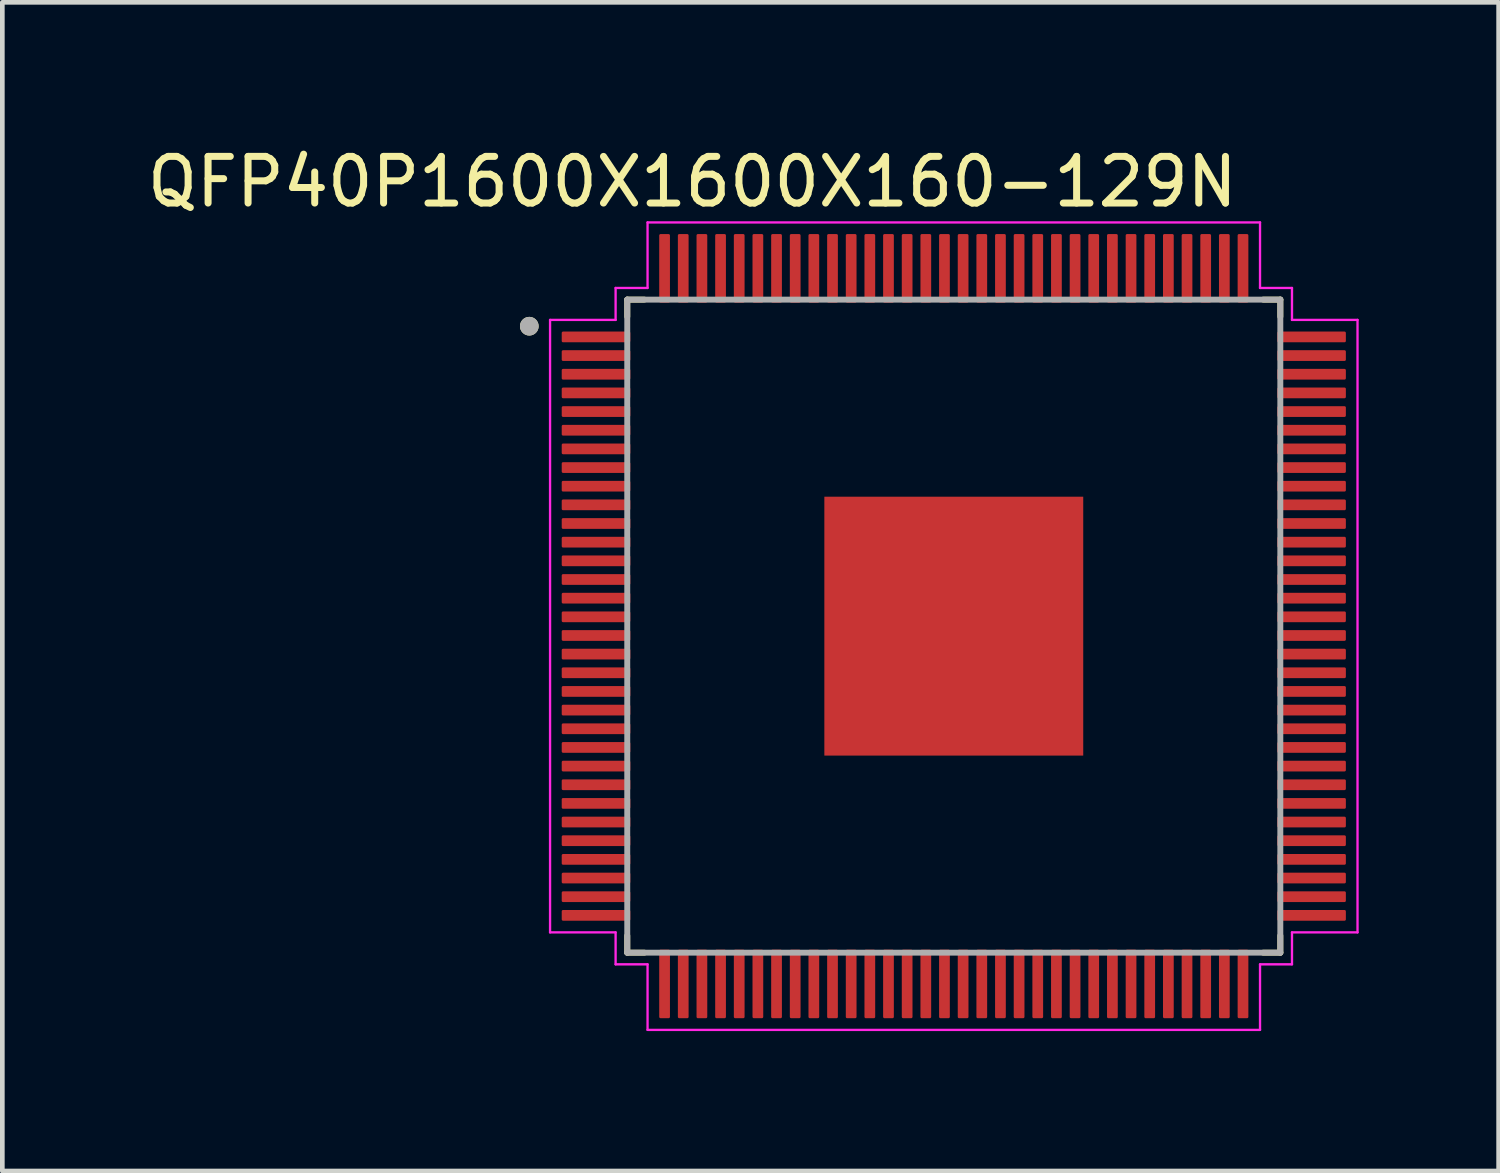
<source format=kicad_pcb>
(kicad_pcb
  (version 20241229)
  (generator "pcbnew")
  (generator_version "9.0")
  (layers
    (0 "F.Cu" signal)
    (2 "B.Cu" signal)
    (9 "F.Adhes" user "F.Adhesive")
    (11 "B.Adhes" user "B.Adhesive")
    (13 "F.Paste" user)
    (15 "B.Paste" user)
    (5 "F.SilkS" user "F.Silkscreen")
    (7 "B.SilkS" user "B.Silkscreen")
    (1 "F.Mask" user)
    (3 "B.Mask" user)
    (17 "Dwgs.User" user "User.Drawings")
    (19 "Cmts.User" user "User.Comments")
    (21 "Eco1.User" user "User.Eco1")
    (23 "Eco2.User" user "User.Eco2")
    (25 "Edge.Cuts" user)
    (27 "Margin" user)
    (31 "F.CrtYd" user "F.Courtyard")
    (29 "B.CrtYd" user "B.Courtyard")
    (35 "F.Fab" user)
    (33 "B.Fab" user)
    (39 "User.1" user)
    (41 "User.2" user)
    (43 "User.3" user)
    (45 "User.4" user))
  (footprint "QFP40P1600X1600X160-129N"
    (layer "F.Cu")
    (at 17.397 10.373)
    (property "Reference" "QFP40P1600X1600X160-129N" (at -5.605 -9.525 0) (layer "F.SilkS") (effects (font (size 1 1) (thickness 0.15))))
    (attr smd)
    (fp_line (start -7 -7) (end -7 -6.635) (stroke (width 0.127) (type solid)) (layer "F.SilkS"))
    (fp_line (start -7 -7) (end -6.635 -7) (stroke (width 0.127) (type solid)) (layer "F.SilkS"))
    (fp_line (start -7 7) (end -7 6.635) (stroke (width 0.127) (type solid)) (layer "F.SilkS"))
    (fp_line (start -7 7) (end -6.635 7) (stroke (width 0.127) (type solid)) (layer "F.SilkS"))
    (fp_line (start 7 -7) (end 6.635 -7) (stroke (width 0.127) (type solid)) (layer "F.SilkS"))
    (fp_line (start 7 -7) (end 7 -6.635) (stroke (width 0.127) (type solid)) (layer "F.SilkS"))
    (fp_line (start 7 7) (end 6.635 7) (stroke (width 0.127) (type solid)) (layer "F.SilkS"))
    (fp_line (start 7 7) (end 7 6.635) (stroke (width 0.127) (type solid)) (layer "F.SilkS"))
    (fp_circle (center -9.1 -6.43) (end -9 -6.43) (stroke (width 0.2) (type solid)) (fill no) (layer "F.SilkS"))
    (fp_poly (pts (xy -2.505 -2.505) (xy -1.195 -2.505) (xy -1.195 -1.195) (xy -2.505 -1.195)) (stroke (width 0.01) (type solid)) (fill yes) (layer "F.Paste"))
    (fp_poly (pts (xy -2.505 -0.655) (xy -1.195 -0.655) (xy -1.195 0.655) (xy -2.505 0.655)) (stroke (width 0.01) (type solid)) (fill yes) (layer "F.Paste"))
    (fp_poly (pts (xy -2.505 1.195) (xy -1.195 1.195) (xy -1.195 2.505) (xy -2.505 2.505)) (stroke (width 0.01) (type solid)) (fill yes) (layer "F.Paste"))
    (fp_poly (pts (xy -0.655 -2.505) (xy 0.655 -2.505) (xy 0.655 -1.195) (xy -0.655 -1.195)) (stroke (width 0.01) (type solid)) (fill yes) (layer "F.Paste"))
    (fp_poly (pts (xy -0.655 -0.655) (xy 0.655 -0.655) (xy 0.655 0.655) (xy -0.655 0.655)) (stroke (width 0.01) (type solid)) (fill yes) (layer "F.Paste"))
    (fp_poly (pts (xy -0.655 1.195) (xy 0.655 1.195) (xy 0.655 2.505) (xy -0.655 2.505)) (stroke (width 0.01) (type solid)) (fill yes) (layer "F.Paste"))
    (fp_poly (pts (xy 1.195 -2.505) (xy 2.505 -2.505) (xy 2.505 -1.195) (xy 1.195 -1.195)) (stroke (width 0.01) (type solid)) (fill yes) (layer "F.Paste"))
    (fp_poly (pts (xy 1.195 -0.655) (xy 2.505 -0.655) (xy 2.505 0.655) (xy 1.195 0.655)) (stroke (width 0.01) (type solid)) (fill yes) (layer "F.Paste"))
    (fp_poly (pts (xy 1.195 1.195) (xy 2.505 1.195) (xy 2.505 2.505) (xy 1.195 2.505)) (stroke (width 0.01) (type solid)) (fill yes) (layer "F.Paste"))
    (fp_line (start -8.655 -6.565) (end -7.25 -6.565) (stroke (width 0.05) (type solid)) (layer "F.CrtYd"))
    (fp_line (start -8.655 6.565) (end -8.655 -6.565) (stroke (width 0.05) (type solid)) (layer "F.CrtYd"))
    (fp_line (start -8.655 6.565) (end -7.25 6.565) (stroke (width 0.05) (type solid)) (layer "F.CrtYd"))
    (fp_line (start -7.25 -7.25) (end -7.25 -6.565) (stroke (width 0.05) (type solid)) (layer "F.CrtYd"))
    (fp_line (start -7.25 6.565) (end -7.25 7.25) (stroke (width 0.05) (type solid)) (layer "F.CrtYd"))
    (fp_line (start -6.565 -8.655) (end -6.565 -7.25) (stroke (width 0.05) (type solid)) (layer "F.CrtYd"))
    (fp_line (start -6.565 -8.655) (end 6.565 -8.655) (stroke (width 0.05) (type solid)) (layer "F.CrtYd"))
    (fp_line (start -6.565 -7.25) (end -7.25 -7.25) (stroke (width 0.05) (type solid)) (layer "F.CrtYd"))
    (fp_line (start -6.565 7.25) (end -7.25 7.25) (stroke (width 0.05) (type solid)) (layer "F.CrtYd"))
    (fp_line (start -6.565 8.655) (end -6.565 7.25) (stroke (width 0.05) (type solid)) (layer "F.CrtYd"))
    (fp_line (start 6.565 -8.655) (end 6.565 -7.25) (stroke (width 0.05) (type solid)) (layer "F.CrtYd"))
    (fp_line (start 6.565 -7.25) (end 7.25 -7.25) (stroke (width 0.05) (type solid)) (layer "F.CrtYd"))
    (fp_line (start 6.565 7.25) (end 7.25 7.25) (stroke (width 0.05) (type solid)) (layer "F.CrtYd"))
    (fp_line (start 6.565 8.655) (end -6.565 8.655) (stroke (width 0.05) (type solid)) (layer "F.CrtYd"))
    (fp_line (start 6.565 8.655) (end 6.565 7.25) (stroke (width 0.05) (type solid)) (layer "F.CrtYd"))
    (fp_line (start 7.25 -6.565) (end 7.25 -7.25) (stroke (width 0.05) (type solid)) (layer "F.CrtYd"))
    (fp_line (start 7.25 6.565) (end 7.25 7.25) (stroke (width 0.05) (type solid)) (layer "F.CrtYd"))
    (fp_line (start 8.655 -6.565) (end 7.25 -6.565) (stroke (width 0.05) (type solid)) (layer "F.CrtYd"))
    (fp_line (start 8.655 -6.565) (end 8.655 6.565) (stroke (width 0.05) (type solid)) (layer "F.CrtYd"))
    (fp_line (start 8.655 6.565) (end 7.25 6.565) (stroke (width 0.05) (type solid)) (layer "F.CrtYd"))
    (fp_line (start -7 7) (end -7 -7) (stroke (width 0.127) (type solid)) (layer "F.Fab"))
    (fp_line (start 7 -7) (end -7 -7) (stroke (width 0.127) (type solid)) (layer "F.Fab"))
    (fp_line (start 7 7) (end -7 7) (stroke (width 0.127) (type solid)) (layer "F.Fab"))
    (fp_line (start 7 7) (end 7 -7) (stroke (width 0.127) (type solid)) (layer "F.Fab"))
    (fp_circle (center -9.1 -6.43) (end -9 -6.43) (stroke (width 0.2) (type solid)) (fill no) (layer "F.Fab"))
    (pad "1" smd roundrect (at -7.67 -6.2) (size 1.47 0.23) (layers "F.Cu" "F.Mask" "F.Paste") (roundrect_rratio 0.125))
    (pad "2" smd roundrect (at -7.67 -5.8) (size 1.47 0.23) (layers "F.Cu" "F.Mask" "F.Paste") (roundrect_rratio 0.125))
    (pad "3" smd roundrect (at -7.67 -5.4) (size 1.47 0.23) (layers "F.Cu" "F.Mask" "F.Paste") (roundrect_rratio 0.125))
    (pad "4" smd roundrect (at -7.67 -5) (size 1.47 0.23) (layers "F.Cu" "F.Mask" "F.Paste") (roundrect_rratio 0.125))
    (pad "5" smd roundrect (at -7.67 -4.6) (size 1.47 0.23) (layers "F.Cu" "F.Mask" "F.Paste") (roundrect_rratio 0.125))
    (pad "6" smd roundrect (at -7.67 -4.2) (size 1.47 0.23) (layers "F.Cu" "F.Mask" "F.Paste") (roundrect_rratio 0.125))
    (pad "7" smd roundrect (at -7.67 -3.8) (size 1.47 0.23) (layers "F.Cu" "F.Mask" "F.Paste") (roundrect_rratio 0.125))
    (pad "8" smd roundrect (at -7.67 -3.4) (size 1.47 0.23) (layers "F.Cu" "F.Mask" "F.Paste") (roundrect_rratio 0.125))
    (pad "9" smd roundrect (at -7.67 -3) (size 1.47 0.23) (layers "F.Cu" "F.Mask" "F.Paste") (roundrect_rratio 0.125))
    (pad "10" smd roundrect (at -7.67 -2.6) (size 1.47 0.23) (layers "F.Cu" "F.Mask" "F.Paste") (roundrect_rratio 0.125))
    (pad "11" smd roundrect (at -7.67 -2.2) (size 1.47 0.23) (layers "F.Cu" "F.Mask" "F.Paste") (roundrect_rratio 0.125))
    (pad "12" smd roundrect (at -7.67 -1.8) (size 1.47 0.23) (layers "F.Cu" "F.Mask" "F.Paste") (roundrect_rratio 0.125))
    (pad "13" smd roundrect (at -7.67 -1.4) (size 1.47 0.23) (layers "F.Cu" "F.Mask" "F.Paste") (roundrect_rratio 0.125))
    (pad "14" smd roundrect (at -7.67 -1) (size 1.47 0.23) (layers "F.Cu" "F.Mask" "F.Paste") (roundrect_rratio 0.125))
    (pad "15" smd roundrect (at -7.67 -0.6) (size 1.47 0.23) (layers "F.Cu" "F.Mask" "F.Paste") (roundrect_rratio 0.125))
    (pad "16" smd roundrect (at -7.67 -0.2) (size 1.47 0.23) (layers "F.Cu" "F.Mask" "F.Paste") (roundrect_rratio 0.125))
    (pad "17" smd roundrect (at -7.67 0.2) (size 1.47 0.23) (layers "F.Cu" "F.Mask" "F.Paste") (roundrect_rratio 0.125))
    (pad "18" smd roundrect (at -7.67 0.6) (size 1.47 0.23) (layers "F.Cu" "F.Mask" "F.Paste") (roundrect_rratio 0.125))
    (pad "19" smd roundrect (at -7.67 1) (size 1.47 0.23) (layers "F.Cu" "F.Mask" "F.Paste") (roundrect_rratio 0.125))
    (pad "20" smd roundrect (at -7.67 1.4) (size 1.47 0.23) (layers "F.Cu" "F.Mask" "F.Paste") (roundrect_rratio 0.125))
    (pad "21" smd roundrect (at -7.67 1.8) (size 1.47 0.23) (layers "F.Cu" "F.Mask" "F.Paste") (roundrect_rratio 0.125))
    (pad "22" smd roundrect (at -7.67 2.2) (size 1.47 0.23) (layers "F.Cu" "F.Mask" "F.Paste") (roundrect_rratio 0.125))
    (pad "23" smd roundrect (at -7.67 2.6) (size 1.47 0.23) (layers "F.Cu" "F.Mask" "F.Paste") (roundrect_rratio 0.125))
    (pad "24" smd roundrect (at -7.67 3) (size 1.47 0.23) (layers "F.Cu" "F.Mask" "F.Paste") (roundrect_rratio 0.125))
    (pad "25" smd roundrect (at -7.67 3.4) (size 1.47 0.23) (layers "F.Cu" "F.Mask" "F.Paste") (roundrect_rratio 0.125))
    (pad "26" smd roundrect (at -7.67 3.8) (size 1.47 0.23) (layers "F.Cu" "F.Mask" "F.Paste") (roundrect_rratio 0.125))
    (pad "27" smd roundrect (at -7.67 4.2) (size 1.47 0.23) (layers "F.Cu" "F.Mask" "F.Paste") (roundrect_rratio 0.125))
    (pad "28" smd roundrect (at -7.67 4.6) (size 1.47 0.23) (layers "F.Cu" "F.Mask" "F.Paste") (roundrect_rratio 0.125))
    (pad "29" smd roundrect (at -7.67 5) (size 1.47 0.23) (layers "F.Cu" "F.Mask" "F.Paste") (roundrect_rratio 0.125))
    (pad "30" smd roundrect (at -7.67 5.4) (size 1.47 0.23) (layers "F.Cu" "F.Mask" "F.Paste") (roundrect_rratio 0.125))
    (pad "31" smd roundrect (at -7.67 5.8) (size 1.47 0.23) (layers "F.Cu" "F.Mask" "F.Paste") (roundrect_rratio 0.125))
    (pad "32" smd roundrect (at -7.67 6.2) (size 1.47 0.23) (layers "F.Cu" "F.Mask" "F.Paste") (roundrect_rratio 0.125))
    (pad "33" smd roundrect (at -6.2 7.67) (size 0.23 1.47) (layers "F.Cu" "F.Mask" "F.Paste") (roundrect_rratio 0.125))
    (pad "34" smd roundrect (at -5.8 7.67) (size 0.23 1.47) (layers "F.Cu" "F.Mask" "F.Paste") (roundrect_rratio 0.125))
    (pad "35" smd roundrect (at -5.4 7.67) (size 0.23 1.47) (layers "F.Cu" "F.Mask" "F.Paste") (roundrect_rratio 0.125))
    (pad "36" smd roundrect (at -5 7.67) (size 0.23 1.47) (layers "F.Cu" "F.Mask" "F.Paste") (roundrect_rratio 0.125))
    (pad "37" smd roundrect (at -4.6 7.67) (size 0.23 1.47) (layers "F.Cu" "F.Mask" "F.Paste") (roundrect_rratio 0.125))
    (pad "38" smd roundrect (at -4.2 7.67) (size 0.23 1.47) (layers "F.Cu" "F.Mask" "F.Paste") (roundrect_rratio 0.125))
    (pad "39" smd roundrect (at -3.8 7.67) (size 0.23 1.47) (layers "F.Cu" "F.Mask" "F.Paste") (roundrect_rratio 0.125))
    (pad "40" smd roundrect (at -3.4 7.67) (size 0.23 1.47) (layers "F.Cu" "F.Mask" "F.Paste") (roundrect_rratio 0.125))
    (pad "41" smd roundrect (at -3 7.67) (size 0.23 1.47) (layers "F.Cu" "F.Mask" "F.Paste") (roundrect_rratio 0.125))
    (pad "42" smd roundrect (at -2.6 7.67) (size 0.23 1.47) (layers "F.Cu" "F.Mask" "F.Paste") (roundrect_rratio 0.125))
    (pad "43" smd roundrect (at -2.2 7.67) (size 0.23 1.47) (layers "F.Cu" "F.Mask" "F.Paste") (roundrect_rratio 0.125))
    (pad "44" smd roundrect (at -1.8 7.67) (size 0.23 1.47) (layers "F.Cu" "F.Mask" "F.Paste") (roundrect_rratio 0.125))
    (pad "45" smd roundrect (at -1.4 7.67) (size 0.23 1.47) (layers "F.Cu" "F.Mask" "F.Paste") (roundrect_rratio 0.125))
    (pad "46" smd roundrect (at -1 7.67) (size 0.23 1.47) (layers "F.Cu" "F.Mask" "F.Paste") (roundrect_rratio 0.125))
    (pad "47" smd roundrect (at -0.6 7.67) (size 0.23 1.47) (layers "F.Cu" "F.Mask" "F.Paste") (roundrect_rratio 0.125))
    (pad "48" smd roundrect (at -0.2 7.67) (size 0.23 1.47) (layers "F.Cu" "F.Mask" "F.Paste") (roundrect_rratio 0.125))
    (pad "49" smd roundrect (at 0.2 7.67) (size 0.23 1.47) (layers "F.Cu" "F.Mask" "F.Paste") (roundrect_rratio 0.125))
    (pad "50" smd roundrect (at 0.6 7.67) (size 0.23 1.47) (layers "F.Cu" "F.Mask" "F.Paste") (roundrect_rratio 0.125))
    (pad "51" smd roundrect (at 1 7.67) (size 0.23 1.47) (layers "F.Cu" "F.Mask" "F.Paste") (roundrect_rratio 0.125))
    (pad "52" smd roundrect (at 1.4 7.67) (size 0.23 1.47) (layers "F.Cu" "F.Mask" "F.Paste") (roundrect_rratio 0.125))
    (pad "53" smd roundrect (at 1.8 7.67) (size 0.23 1.47) (layers "F.Cu" "F.Mask" "F.Paste") (roundrect_rratio 0.125))
    (pad "54" smd roundrect (at 2.2 7.67) (size 0.23 1.47) (layers "F.Cu" "F.Mask" "F.Paste") (roundrect_rratio 0.125))
    (pad "55" smd roundrect (at 2.6 7.67) (size 0.23 1.47) (layers "F.Cu" "F.Mask" "F.Paste") (roundrect_rratio 0.125))
    (pad "56" smd roundrect (at 3 7.67) (size 0.23 1.47) (layers "F.Cu" "F.Mask" "F.Paste") (roundrect_rratio 0.125))
    (pad "57" smd roundrect (at 3.4 7.67) (size 0.23 1.47) (layers "F.Cu" "F.Mask" "F.Paste") (roundrect_rratio 0.125))
    (pad "58" smd roundrect (at 3.8 7.67) (size 0.23 1.47) (layers "F.Cu" "F.Mask" "F.Paste") (roundrect_rratio 0.125))
    (pad "59" smd roundrect (at 4.2 7.67) (size 0.23 1.47) (layers "F.Cu" "F.Mask" "F.Paste") (roundrect_rratio 0.125))
    (pad "60" smd roundrect (at 4.6 7.67) (size 0.23 1.47) (layers "F.Cu" "F.Mask" "F.Paste") (roundrect_rratio 0.125))
    (pad "61" smd roundrect (at 5 7.67) (size 0.23 1.47) (layers "F.Cu" "F.Mask" "F.Paste") (roundrect_rratio 0.125))
    (pad "62" smd roundrect (at 5.4 7.67) (size 0.23 1.47) (layers "F.Cu" "F.Mask" "F.Paste") (roundrect_rratio 0.125))
    (pad "63" smd roundrect (at 5.8 7.67) (size 0.23 1.47) (layers "F.Cu" "F.Mask" "F.Paste") (roundrect_rratio 0.125))
    (pad "64" smd roundrect (at 6.2 7.67) (size 0.23 1.47) (layers "F.Cu" "F.Mask" "F.Paste") (roundrect_rratio 0.125))
    (pad "65" smd roundrect (at 7.67 6.2) (size 1.47 0.23) (layers "F.Cu" "F.Mask" "F.Paste") (roundrect_rratio 0.125))
    (pad "66" smd roundrect (at 7.67 5.8) (size 1.47 0.23) (layers "F.Cu" "F.Mask" "F.Paste") (roundrect_rratio 0.125))
    (pad "67" smd roundrect (at 7.67 5.4) (size 1.47 0.23) (layers "F.Cu" "F.Mask" "F.Paste") (roundrect_rratio 0.125))
    (pad "68" smd roundrect (at 7.67 5) (size 1.47 0.23) (layers "F.Cu" "F.Mask" "F.Paste") (roundrect_rratio 0.125))
    (pad "69" smd roundrect (at 7.67 4.6) (size 1.47 0.23) (layers "F.Cu" "F.Mask" "F.Paste") (roundrect_rratio 0.125))
    (pad "70" smd roundrect (at 7.67 4.2) (size 1.47 0.23) (layers "F.Cu" "F.Mask" "F.Paste") (roundrect_rratio 0.125))
    (pad "71" smd roundrect (at 7.67 3.8) (size 1.47 0.23) (layers "F.Cu" "F.Mask" "F.Paste") (roundrect_rratio 0.125))
    (pad "72" smd roundrect (at 7.67 3.4) (size 1.47 0.23) (layers "F.Cu" "F.Mask" "F.Paste") (roundrect_rratio 0.125))
    (pad "73" smd roundrect (at 7.67 3) (size 1.47 0.23) (layers "F.Cu" "F.Mask" "F.Paste") (roundrect_rratio 0.125))
    (pad "74" smd roundrect (at 7.67 2.6) (size 1.47 0.23) (layers "F.Cu" "F.Mask" "F.Paste") (roundrect_rratio 0.125))
    (pad "75" smd roundrect (at 7.67 2.2) (size 1.47 0.23) (layers "F.Cu" "F.Mask" "F.Paste") (roundrect_rratio 0.125))
    (pad "76" smd roundrect (at 7.67 1.8) (size 1.47 0.23) (layers "F.Cu" "F.Mask" "F.Paste") (roundrect_rratio 0.125))
    (pad "77" smd roundrect (at 7.67 1.4) (size 1.47 0.23) (layers "F.Cu" "F.Mask" "F.Paste") (roundrect_rratio 0.125))
    (pad "78" smd roundrect (at 7.67 1) (size 1.47 0.23) (layers "F.Cu" "F.Mask" "F.Paste") (roundrect_rratio 0.125))
    (pad "79" smd roundrect (at 7.67 0.6) (size 1.47 0.23) (layers "F.Cu" "F.Mask" "F.Paste") (roundrect_rratio 0.125))
    (pad "80" smd roundrect (at 7.67 0.2) (size 1.47 0.23) (layers "F.Cu" "F.Mask" "F.Paste") (roundrect_rratio 0.125))
    (pad "81" smd roundrect (at 7.67 -0.2) (size 1.47 0.23) (layers "F.Cu" "F.Mask" "F.Paste") (roundrect_rratio 0.125))
    (pad "82" smd roundrect (at 7.67 -0.6) (size 1.47 0.23) (layers "F.Cu" "F.Mask" "F.Paste") (roundrect_rratio 0.125))
    (pad "83" smd roundrect (at 7.67 -1) (size 1.47 0.23) (layers "F.Cu" "F.Mask" "F.Paste") (roundrect_rratio 0.125))
    (pad "84" smd roundrect (at 7.67 -1.4) (size 1.47 0.23) (layers "F.Cu" "F.Mask" "F.Paste") (roundrect_rratio 0.125))
    (pad "85" smd roundrect (at 7.67 -1.8) (size 1.47 0.23) (layers "F.Cu" "F.Mask" "F.Paste") (roundrect_rratio 0.125))
    (pad "86" smd roundrect (at 7.67 -2.2) (size 1.47 0.23) (layers "F.Cu" "F.Mask" "F.Paste") (roundrect_rratio 0.125))
    (pad "87" smd roundrect (at 7.67 -2.6) (size 1.47 0.23) (layers "F.Cu" "F.Mask" "F.Paste") (roundrect_rratio 0.125))
    (pad "88" smd roundrect (at 7.67 -3) (size 1.47 0.23) (layers "F.Cu" "F.Mask" "F.Paste") (roundrect_rratio 0.125))
    (pad "89" smd roundrect (at 7.67 -3.4) (size 1.47 0.23) (layers "F.Cu" "F.Mask" "F.Paste") (roundrect_rratio 0.125))
    (pad "90" smd roundrect (at 7.67 -3.8) (size 1.47 0.23) (layers "F.Cu" "F.Mask" "F.Paste") (roundrect_rratio 0.125))
    (pad "91" smd roundrect (at 7.67 -4.2) (size 1.47 0.23) (layers "F.Cu" "F.Mask" "F.Paste") (roundrect_rratio 0.125))
    (pad "92" smd roundrect (at 7.67 -4.6) (size 1.47 0.23) (layers "F.Cu" "F.Mask" "F.Paste") (roundrect_rratio 0.125))
    (pad "93" smd roundrect (at 7.67 -5) (size 1.47 0.23) (layers "F.Cu" "F.Mask" "F.Paste") (roundrect_rratio 0.125))
    (pad "94" smd roundrect (at 7.67 -5.4) (size 1.47 0.23) (layers "F.Cu" "F.Mask" "F.Paste") (roundrect_rratio 0.125))
    (pad "95" smd roundrect (at 7.67 -5.8) (size 1.47 0.23) (layers "F.Cu" "F.Mask" "F.Paste") (roundrect_rratio 0.125))
    (pad "96" smd roundrect (at 7.67 -6.2) (size 1.47 0.23) (layers "F.Cu" "F.Mask" "F.Paste") (roundrect_rratio 0.125))
    (pad "97" smd roundrect (at 6.2 -7.67) (size 0.23 1.47) (layers "F.Cu" "F.Mask" "F.Paste") (roundrect_rratio 0.125))
    (pad "98" smd roundrect (at 5.8 -7.67) (size 0.23 1.47) (layers "F.Cu" "F.Mask" "F.Paste") (roundrect_rratio 0.125))
    (pad "99" smd roundrect (at 5.4 -7.67) (size 0.23 1.47) (layers "F.Cu" "F.Mask" "F.Paste") (roundrect_rratio 0.125))
    (pad "100" smd roundrect (at 5 -7.67) (size 0.23 1.47) (layers "F.Cu" "F.Mask" "F.Paste") (roundrect_rratio 0.125))
    (pad "101" smd roundrect (at 4.6 -7.67) (size 0.23 1.47) (layers "F.Cu" "F.Mask" "F.Paste") (roundrect_rratio 0.125))
    (pad "102" smd roundrect (at 4.2 -7.67) (size 0.23 1.47) (layers "F.Cu" "F.Mask" "F.Paste") (roundrect_rratio 0.125))
    (pad "103" smd roundrect (at 3.8 -7.67) (size 0.23 1.47) (layers "F.Cu" "F.Mask" "F.Paste") (roundrect_rratio 0.125))
    (pad "104" smd roundrect (at 3.4 -7.67) (size 0.23 1.47) (layers "F.Cu" "F.Mask" "F.Paste") (roundrect_rratio 0.125))
    (pad "105" smd roundrect (at 3 -7.67) (size 0.23 1.47) (layers "F.Cu" "F.Mask" "F.Paste") (roundrect_rratio 0.125))
    (pad "106" smd roundrect (at 2.6 -7.67) (size 0.23 1.47) (layers "F.Cu" "F.Mask" "F.Paste") (roundrect_rratio 0.125))
    (pad "107" smd roundrect (at 2.2 -7.67) (size 0.23 1.47) (layers "F.Cu" "F.Mask" "F.Paste") (roundrect_rratio 0.125))
    (pad "108" smd roundrect (at 1.8 -7.67) (size 0.23 1.47) (layers "F.Cu" "F.Mask" "F.Paste") (roundrect_rratio 0.125))
    (pad "109" smd roundrect (at 1.4 -7.67) (size 0.23 1.47) (layers "F.Cu" "F.Mask" "F.Paste") (roundrect_rratio 0.125))
    (pad "110" smd roundrect (at 1 -7.67) (size 0.23 1.47) (layers "F.Cu" "F.Mask" "F.Paste") (roundrect_rratio 0.125))
    (pad "111" smd roundrect (at 0.6 -7.67) (size 0.23 1.47) (layers "F.Cu" "F.Mask" "F.Paste") (roundrect_rratio 0.125))
    (pad "112" smd roundrect (at 0.2 -7.67) (size 0.23 1.47) (layers "F.Cu" "F.Mask" "F.Paste") (roundrect_rratio 0.125))
    (pad "113" smd roundrect (at -0.2 -7.67) (size 0.23 1.47) (layers "F.Cu" "F.Mask" "F.Paste") (roundrect_rratio 0.125))
    (pad "114" smd roundrect (at -0.6 -7.67) (size 0.23 1.47) (layers "F.Cu" "F.Mask" "F.Paste") (roundrect_rratio 0.125))
    (pad "115" smd roundrect (at -1 -7.67) (size 0.23 1.47) (layers "F.Cu" "F.Mask" "F.Paste") (roundrect_rratio 0.125))
    (pad "116" smd roundrect (at -1.4 -7.67) (size 0.23 1.47) (layers "F.Cu" "F.Mask" "F.Paste") (roundrect_rratio 0.125))
    (pad "117" smd roundrect (at -1.8 -7.67) (size 0.23 1.47) (layers "F.Cu" "F.Mask" "F.Paste") (roundrect_rratio 0.125))
    (pad "118" smd roundrect (at -2.2 -7.67) (size 0.23 1.47) (layers "F.Cu" "F.Mask" "F.Paste") (roundrect_rratio 0.125))
    (pad "119" smd roundrect (at -2.6 -7.67) (size 0.23 1.47) (layers "F.Cu" "F.Mask" "F.Paste") (roundrect_rratio 0.125))
    (pad "120" smd roundrect (at -3 -7.67) (size 0.23 1.47) (layers "F.Cu" "F.Mask" "F.Paste") (roundrect_rratio 0.125))
    (pad "121" smd roundrect (at -3.4 -7.67) (size 0.23 1.47) (layers "F.Cu" "F.Mask" "F.Paste") (roundrect_rratio 0.125))
    (pad "122" smd roundrect (at -3.8 -7.67) (size 0.23 1.47) (layers "F.Cu" "F.Mask" "F.Paste") (roundrect_rratio 0.125))
    (pad "123" smd roundrect (at -4.2 -7.67) (size 0.23 1.47) (layers "F.Cu" "F.Mask" "F.Paste") (roundrect_rratio 0.125))
    (pad "124" smd roundrect (at -4.6 -7.67) (size 0.23 1.47) (layers "F.Cu" "F.Mask" "F.Paste") (roundrect_rratio 0.125))
    (pad "125" smd roundrect (at -5 -7.67) (size 0.23 1.47) (layers "F.Cu" "F.Mask" "F.Paste") (roundrect_rratio 0.125))
    (pad "126" smd roundrect (at -5.4 -7.67) (size 0.23 1.47) (layers "F.Cu" "F.Mask" "F.Paste") (roundrect_rratio 0.125))
    (pad "127" smd roundrect (at -5.8 -7.67) (size 0.23 1.47) (layers "F.Cu" "F.Mask" "F.Paste") (roundrect_rratio 0.125))
    (pad "128" smd roundrect (at -6.2 -7.67) (size 0.23 1.47) (layers "F.Cu" "F.Mask" "F.Paste") (roundrect_rratio 0.125))
    (pad "129" smd rect (at 0 0) (size 5.55 5.55) (layers "F.Cu" "F.Mask")))
  (gr_rect
    (start -3 -3)
    (end 29.077 22.053)
    (stroke (width 0.1) (type default))
    (fill no)
    (layer "Edge.Cuts")))
</source>
